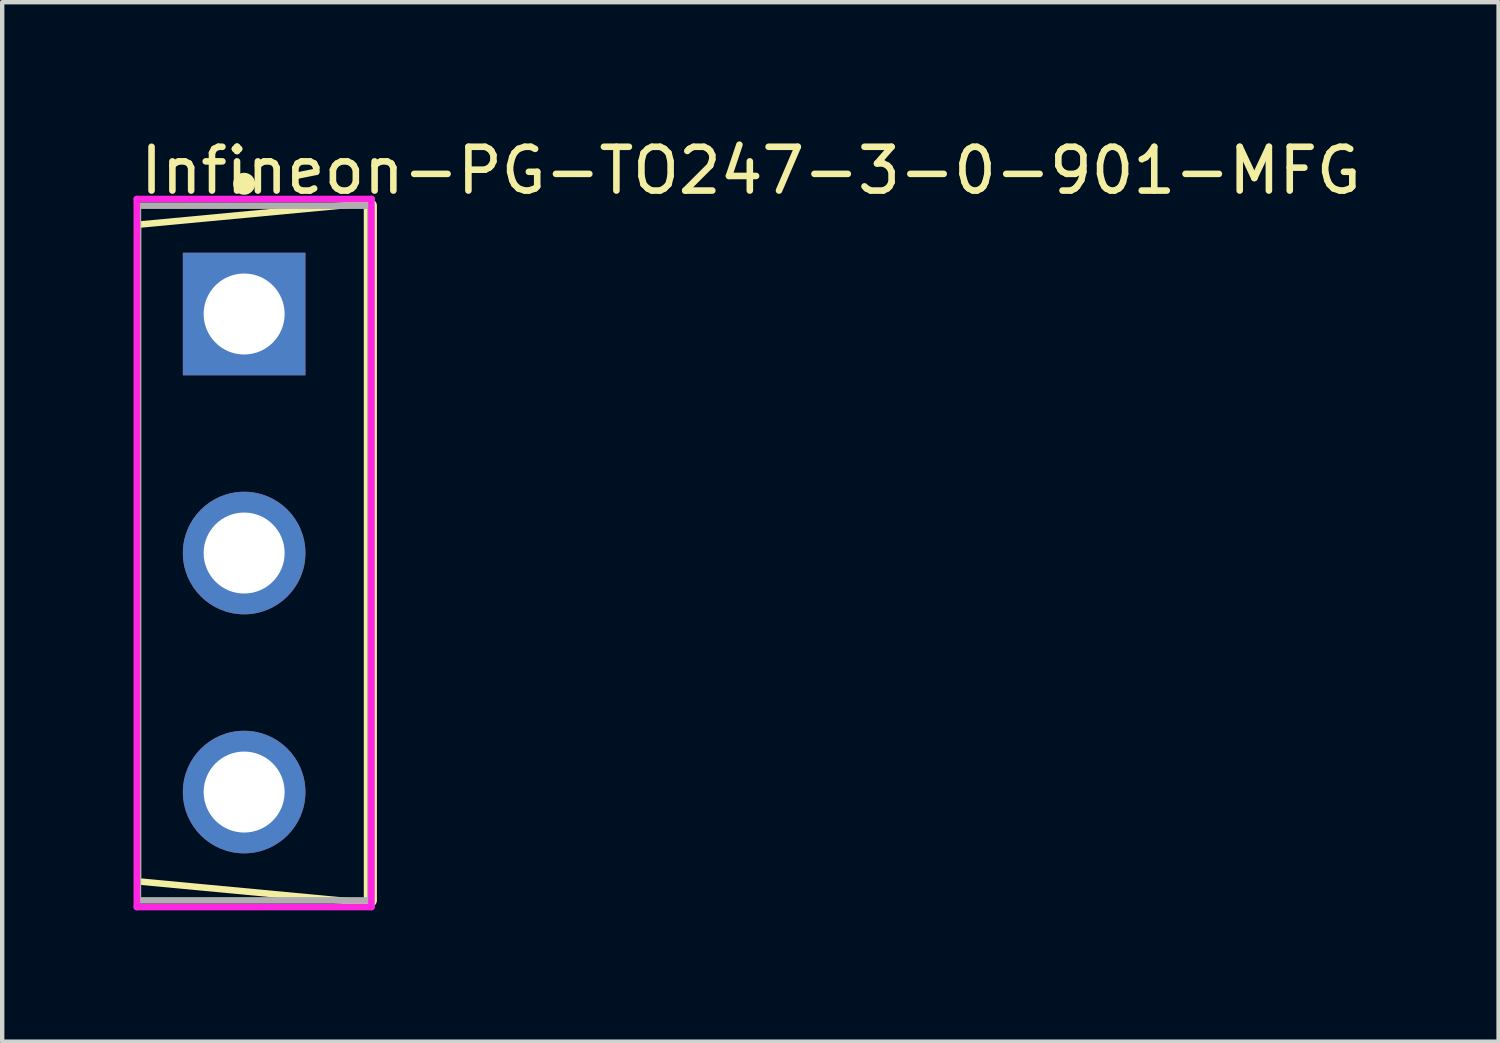
<source format=kicad_pcb>
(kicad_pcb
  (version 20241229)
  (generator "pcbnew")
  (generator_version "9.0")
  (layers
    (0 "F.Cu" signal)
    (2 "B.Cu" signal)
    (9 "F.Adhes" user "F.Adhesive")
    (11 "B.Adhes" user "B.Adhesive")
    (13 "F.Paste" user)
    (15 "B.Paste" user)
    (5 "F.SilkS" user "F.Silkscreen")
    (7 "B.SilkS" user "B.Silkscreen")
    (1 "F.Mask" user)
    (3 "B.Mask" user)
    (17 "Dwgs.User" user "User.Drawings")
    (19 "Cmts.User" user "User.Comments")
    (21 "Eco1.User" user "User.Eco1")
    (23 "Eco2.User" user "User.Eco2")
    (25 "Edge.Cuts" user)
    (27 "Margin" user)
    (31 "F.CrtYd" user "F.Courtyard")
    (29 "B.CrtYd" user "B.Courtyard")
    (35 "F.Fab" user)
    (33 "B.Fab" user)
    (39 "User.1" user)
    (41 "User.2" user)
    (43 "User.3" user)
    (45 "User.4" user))
  (footprint "Infineon-PG-TO247-3-0-901-MFG"
    (layer "F.Cu")
    (at 2.755 9.583)
    (property "Reference" "Infineon-PG-TO247-3-0-901-MFG" (at -2.68 -8.735 0) (layer "F.SilkS") (effects (font (size 1 1) (thickness 0.15)) (justify left)))
    (attr through_hole)
    (fp_line (start -2.655 -7.5) (end -2.655 7.5) (stroke (width 0.15) (type solid)) (layer "F.SilkS"))
    (fp_line (start 2.655 -8) (end -2.655 -7.5) (stroke (width 0.15) (type solid)) (layer "F.SilkS"))
    (fp_line (start 2.655 -7.935) (end 2.655 7.935) (stroke (width 0.3) (type solid)) (layer "F.SilkS"))
    (fp_line (start 2.655 8) (end -2.655 7.5) (stroke (width 0.15) (type solid)) (layer "F.SilkS"))
    (fp_circle (center -0.228 -8.435) (end -0.102 -8.435) (stroke (width 0.25) (type solid)) (fill no) (layer "F.SilkS"))
    (fp_line (start -2.68 -8.087) (end -2.68 8.087) (stroke (width 0.15) (type solid)) (layer "F.CrtYd"))
    (fp_line (start -2.68 8.087) (end 2.68 8.087) (stroke (width 0.15) (type solid)) (layer "F.CrtYd"))
    (fp_line (start 2.68 -8.087) (end -2.68 -8.087) (stroke (width 0.15) (type solid)) (layer "F.CrtYd"))
    (fp_line (start 2.68 -8.087) (end 2.68 -8.087) (stroke (width 0.15) (type solid)) (layer "F.CrtYd"))
    (fp_line (start 2.68 8.087) (end 2.68 -8.087) (stroke (width 0.15) (type solid)) (layer "F.CrtYd"))
    (fp_line (start -2.655 -7.935) (end 2.655 -7.935) (stroke (width 0.15) (type solid)) (layer "F.Fab"))
    (fp_line (start -2.655 7.935) (end -2.655 -7.935) (stroke (width 0.15) (type solid)) (layer "F.Fab"))
    (fp_line (start 2.655 -7.935) (end 2.655 7.935) (stroke (width 0.15) (type solid)) (layer "F.Fab"))
    (fp_line (start 2.655 7.935) (end -2.655 7.935) (stroke (width 0.15) (type solid)) (layer "F.Fab"))
    (pad "1" thru_hole rect (at -0.228 -5.46) (size 2.8 2.8) (drill 1.85) (layers "*.Cu"))
    (pad "2" thru_hole circle (at -0.228 0) (size 2.8 2.8) (drill 1.85) (layers "*.Cu"))
    (pad "3" thru_hole circle (at -0.228 5.46) (size 2.8 2.8) (drill 1.85) (layers "*.Cu")))
  (gr_rect
    (start -3 -3)
    (end 31.182 20.745)
    (stroke (width 0.1) (type default))
    (fill no)
    (layer "Edge.Cuts")))
</source>
